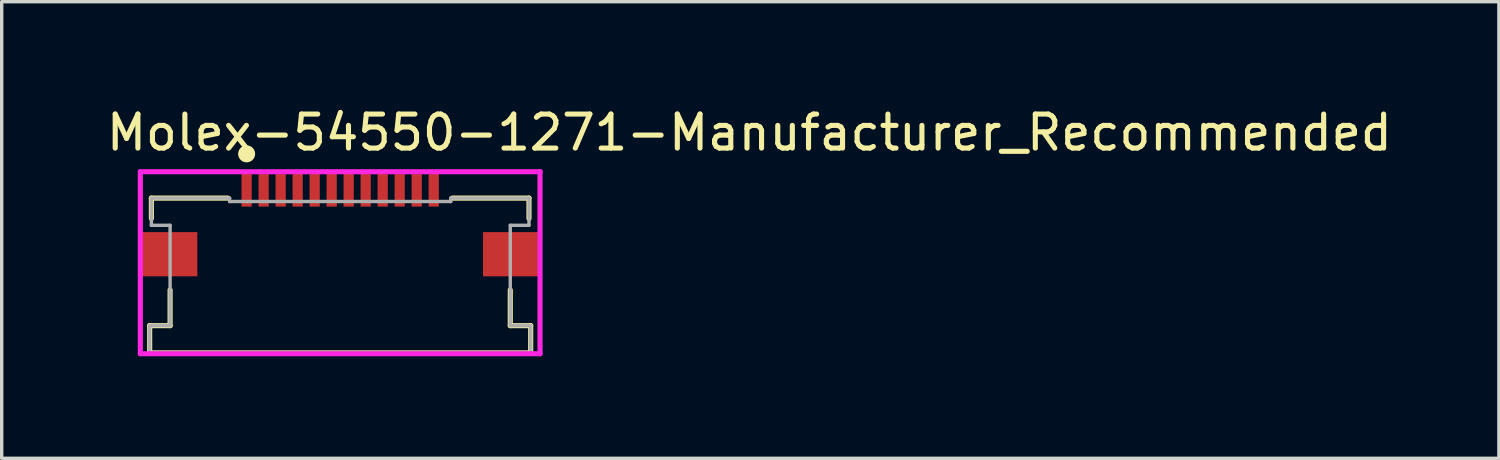
<source format=kicad_pcb>
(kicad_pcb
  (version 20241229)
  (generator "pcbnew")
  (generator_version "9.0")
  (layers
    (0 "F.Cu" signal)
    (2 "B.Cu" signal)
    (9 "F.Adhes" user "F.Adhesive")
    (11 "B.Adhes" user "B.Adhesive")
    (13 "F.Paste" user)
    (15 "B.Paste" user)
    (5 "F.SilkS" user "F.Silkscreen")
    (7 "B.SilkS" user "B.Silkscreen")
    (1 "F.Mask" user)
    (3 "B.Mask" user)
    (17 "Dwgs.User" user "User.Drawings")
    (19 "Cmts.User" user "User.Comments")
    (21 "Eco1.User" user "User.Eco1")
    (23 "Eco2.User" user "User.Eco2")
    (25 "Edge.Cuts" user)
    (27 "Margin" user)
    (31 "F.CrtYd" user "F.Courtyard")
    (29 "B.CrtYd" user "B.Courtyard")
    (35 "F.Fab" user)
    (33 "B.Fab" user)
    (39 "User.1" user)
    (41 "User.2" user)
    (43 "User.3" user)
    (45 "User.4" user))
  (footprint "Molex-54550-1271-Manufacturer_Recommended"
    (layer "F.Cu")
    (at 6.95 3.473)
    (property "Reference" "Molex-54550-1271-Manufacturer_Recommended" (at -6.95 -2.625 0) (layer "F.SilkS") (effects (font (size 1 1) (thickness 0.15)) (justify left)))
    (attr through_hole)
    (fp_line (start -5.6 3.05) (end -5 3.05) (stroke (width 0.15) (type solid)) (layer "F.SilkS"))
    (fp_line (start -5.6 3.85) (end 5.6 3.85) (stroke (width 0.15) (type solid)) (layer "F.SilkS"))
    (fp_line (start -5.6 3.85) (end -5.6 3.05) (stroke (width 0.15) (type solid)) (layer "F.SilkS"))
    (fp_line (start -5.55 -0.7) (end -3.3 -0.7) (stroke (width 0.15) (type solid)) (layer "F.SilkS"))
    (fp_line (start -5.55 -0.1) (end -5.55 -0.7) (stroke (width 0.15) (type solid)) (layer "F.SilkS"))
    (fp_line (start -5 3.05) (end -5 2) (stroke (width 0.15) (type solid)) (layer "F.SilkS"))
    (fp_line (start 3.3 -0.7) (end 5.55 -0.7) (stroke (width 0.15) (type solid)) (layer "F.SilkS"))
    (fp_line (start 5 3.05) (end 5 2) (stroke (width 0.15) (type solid)) (layer "F.SilkS"))
    (fp_line (start 5 3.05) (end 5.6 3.05) (stroke (width 0.15) (type solid)) (layer "F.SilkS"))
    (fp_line (start 5.55 -0.1) (end 5.55 -0.7) (stroke (width 0.15) (type solid)) (layer "F.SilkS"))
    (fp_line (start 5.6 3.85) (end 5.6 3.05) (stroke (width 0.15) (type solid)) (layer "F.SilkS"))
    (fp_circle (center -2.75 -2) (end -2.625 -2) (stroke (width 0.25) (type solid)) (fill no) (layer "F.SilkS"))
    (fp_line (start -5.875 -1.475) (end -5.875 3.875) (stroke (width 0.15) (type solid)) (layer "F.CrtYd"))
    (fp_line (start -5.875 3.875) (end 5.875 3.875) (stroke (width 0.15) (type solid)) (layer "F.CrtYd"))
    (fp_line (start 5.875 -1.475) (end -5.875 -1.475) (stroke (width 0.15) (type solid)) (layer "F.CrtYd"))
    (fp_line (start 5.875 -1.475) (end 5.875 -1.475) (stroke (width 0.15) (type solid)) (layer "F.CrtYd"))
    (fp_line (start 5.875 3.875) (end 5.875 -1.475) (stroke (width 0.15) (type solid)) (layer "F.CrtYd"))
    (fp_line (start -5.6 3.05) (end -5 3.05) (stroke (width 0.1) (type solid)) (layer "F.Fab"))
    (fp_line (start -5.6 3.85) (end 5.6 3.85) (stroke (width 0.1) (type solid)) (layer "F.Fab"))
    (fp_line (start -5.6 3.85) (end -5.6 3.05) (stroke (width 0.1) (type solid)) (layer "F.Fab"))
    (fp_line (start -5.55 -0.7) (end -3.25 -0.7) (stroke (width 0.1) (type solid)) (layer "F.Fab"))
    (fp_line (start -5.55 0.1) (end -5.55 -0.7) (stroke (width 0.1) (type solid)) (layer "F.Fab"))
    (fp_line (start -5.55 0.1) (end -5 0.1) (stroke (width 0.1) (type solid)) (layer "F.Fab"))
    (fp_line (start -5 3.05) (end -5 0.1) (stroke (width 0.1) (type solid)) (layer "F.Fab"))
    (fp_line (start -3.25 -0.6) (end -3.25 -0.7) (stroke (width 0.1) (type solid)) (layer "F.Fab"))
    (fp_line (start -3.25 -0.6) (end 3.25 -0.6) (stroke (width 0.1) (type solid)) (layer "F.Fab"))
    (fp_line (start 3.25 -0.7) (end 5.55 -0.7) (stroke (width 0.1) (type solid)) (layer "F.Fab"))
    (fp_line (start 3.25 -0.6) (end 3.25 -0.7) (stroke (width 0.1) (type solid)) (layer "F.Fab"))
    (fp_line (start 5 0.1) (end 5.55 0.1) (stroke (width 0.1) (type solid)) (layer "F.Fab"))
    (fp_line (start 5 3.05) (end 5 0.1) (stroke (width 0.1) (type solid)) (layer "F.Fab"))
    (fp_line (start 5 3.05) (end 5.6 3.05) (stroke (width 0.1) (type solid)) (layer "F.Fab"))
    (fp_line (start 5.55 0.1) (end 5.55 -0.7) (stroke (width 0.1) (type solid)) (layer "F.Fab"))
    (fp_line (start 5.6 3.85) (end 5.6 3.05) (stroke (width 0.1) (type solid)) (layer "F.Fab"))
    (pad "1" smd rect (at -2.75 -0.95) (size 0.3 1) (layers "F.Cu" "F.Mask" "F.Paste"))
    (pad "2" smd rect (at -2.25 -0.95) (size 0.3 1) (layers "F.Cu" "F.Mask" "F.Paste"))
    (pad "3" smd rect (at -1.75 -0.95) (size 0.3 1) (layers "F.Cu" "F.Mask" "F.Paste"))
    (pad "4" smd rect (at -1.25 -0.95) (size 0.3 1) (layers "F.Cu" "F.Mask" "F.Paste"))
    (pad "5" smd rect (at -0.75 -0.95) (size 0.3 1) (layers "F.Cu" "F.Mask" "F.Paste"))
    (pad "6" smd rect (at -0.25 -0.95) (size 0.3 1) (layers "F.Cu" "F.Mask" "F.Paste"))
    (pad "7" smd rect (at 0.25 -0.95) (size 0.3 1) (layers "F.Cu" "F.Mask" "F.Paste"))
    (pad "8" smd rect (at 0.75 -0.95) (size 0.3 1) (layers "F.Cu" "F.Mask" "F.Paste"))
    (pad "9" smd rect (at 1.25 -0.95) (size 0.3 1) (layers "F.Cu" "F.Mask" "F.Paste"))
    (pad "10" smd rect (at 1.75 -0.95) (size 0.3 1) (layers "F.Cu" "F.Mask" "F.Paste"))
    (pad "11" smd rect (at 2.25 -0.95) (size 0.3 1) (layers "F.Cu" "F.Mask" "F.Paste"))
    (pad "12" smd rect (at 2.75 -0.95) (size 0.3 1) (layers "F.Cu" "F.Mask" "F.Paste"))
    (pad "MP1" smd rect (at -5.025 0.95) (size 1.65 1.3) (layers "F.Cu" "F.Mask" "F.Paste"))
    (pad "MP2" smd rect (at 5.025 0.95) (size 1.65 1.3) (layers "F.Cu" "F.Mask" "F.Paste")))
  (gr_rect
    (start -3 -3)
    (end 41.012 10.423)
    (stroke (width 0.1) (type default))
    (fill no)
    (layer "Edge.Cuts")))
</source>
